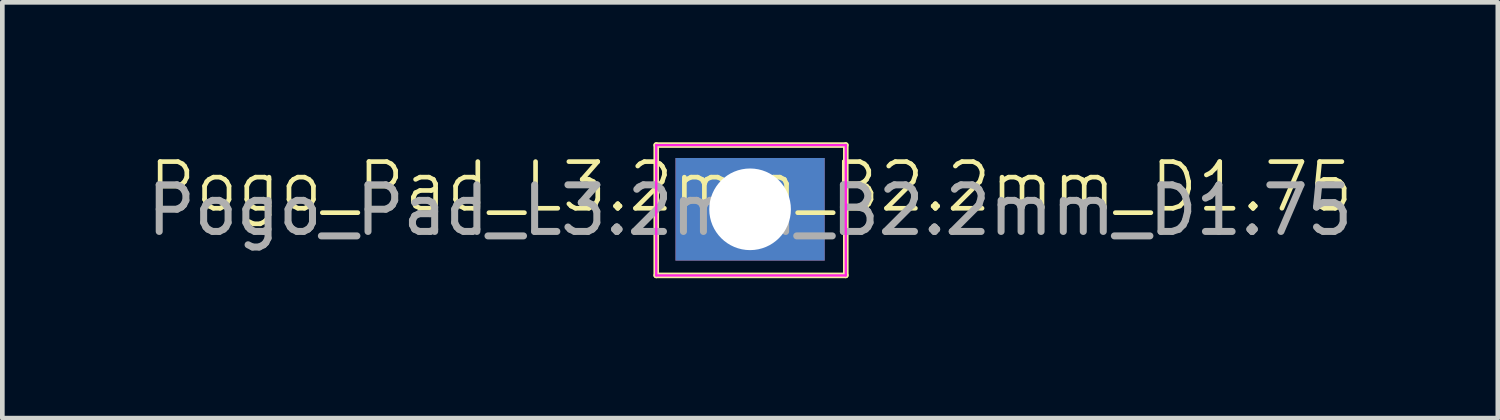
<source format=kicad_pcb>
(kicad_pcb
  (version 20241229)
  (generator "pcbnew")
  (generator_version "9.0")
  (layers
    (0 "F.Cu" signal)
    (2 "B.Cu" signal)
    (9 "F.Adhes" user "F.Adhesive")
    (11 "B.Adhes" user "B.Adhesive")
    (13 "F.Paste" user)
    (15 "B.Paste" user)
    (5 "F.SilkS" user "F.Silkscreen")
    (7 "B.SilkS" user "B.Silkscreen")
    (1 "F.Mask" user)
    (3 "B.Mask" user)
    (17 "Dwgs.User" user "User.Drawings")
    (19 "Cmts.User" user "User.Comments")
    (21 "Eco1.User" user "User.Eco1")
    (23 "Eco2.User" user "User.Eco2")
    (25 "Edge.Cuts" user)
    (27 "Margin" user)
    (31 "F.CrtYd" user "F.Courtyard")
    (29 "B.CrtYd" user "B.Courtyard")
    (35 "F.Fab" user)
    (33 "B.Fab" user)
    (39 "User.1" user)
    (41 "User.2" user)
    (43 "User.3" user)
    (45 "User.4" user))
  (footprint "Pogo_Pad_L3.2mm_B2.2mm_D1.75"
    (layer "F.Cu")
    (at 13.05 1.457)
    (property "Reference" "Pogo_Pad_L3.2mm_B2.2mm_D1.75" (at 0 -0.5 0) (unlocked yes) (layer "F.SilkS") (effects (font (size 1 1) (thickness 0.1))))
    (attr through_hole)
    (fp_line (start -2.032 -1.397) (end 2.032 -1.397) (stroke (width 0.12) (type solid)) (layer "F.SilkS"))
    (fp_line (start -2.032 1.397) (end -2.032 -1.397) (stroke (width 0.12) (type solid)) (layer "F.SilkS"))
    (fp_line (start 2.032 -1.397) (end 2.032 1.397) (stroke (width 0.12) (type solid)) (layer "F.SilkS"))
    (fp_line (start 2.032 1.397) (end -2.032 1.397) (stroke (width 0.12) (type solid)) (layer "F.SilkS"))
    (fp_line (start -2.032 -1.397) (end -2.032 1.397) (stroke (width 0.05) (type solid)) (layer "F.CrtYd"))
    (fp_line (start -2.032 -1.397) (end 2.032 -1.397) (stroke (width 0.05) (type solid)) (layer "F.CrtYd"))
    (fp_line (start 2.032 1.397) (end -2.032 1.397) (stroke (width 0.05) (type solid)) (layer "F.CrtYd"))
    (fp_line (start 2.032 1.397) (end 2.032 -1.397) (stroke (width 0.05) (type solid)) (layer "F.CrtYd"))
    (fp_text user "${REFERENCE}" (at -0.02 0 0) (layer "F.Fab") (effects (font (size 1 1) (thickness 0.15))))
    (pad "1" thru_hole rect (at -0.02 -0.02) (size 3.2 2.2) (drill 1.75) (layers "*.Cu" "*.Mask")))
  (gr_rect
    (start -3 -3)
    (end 29.06 5.914)
    (stroke (width 0.1) (type default))
    (fill no)
    (layer "Edge.Cuts")))
</source>
